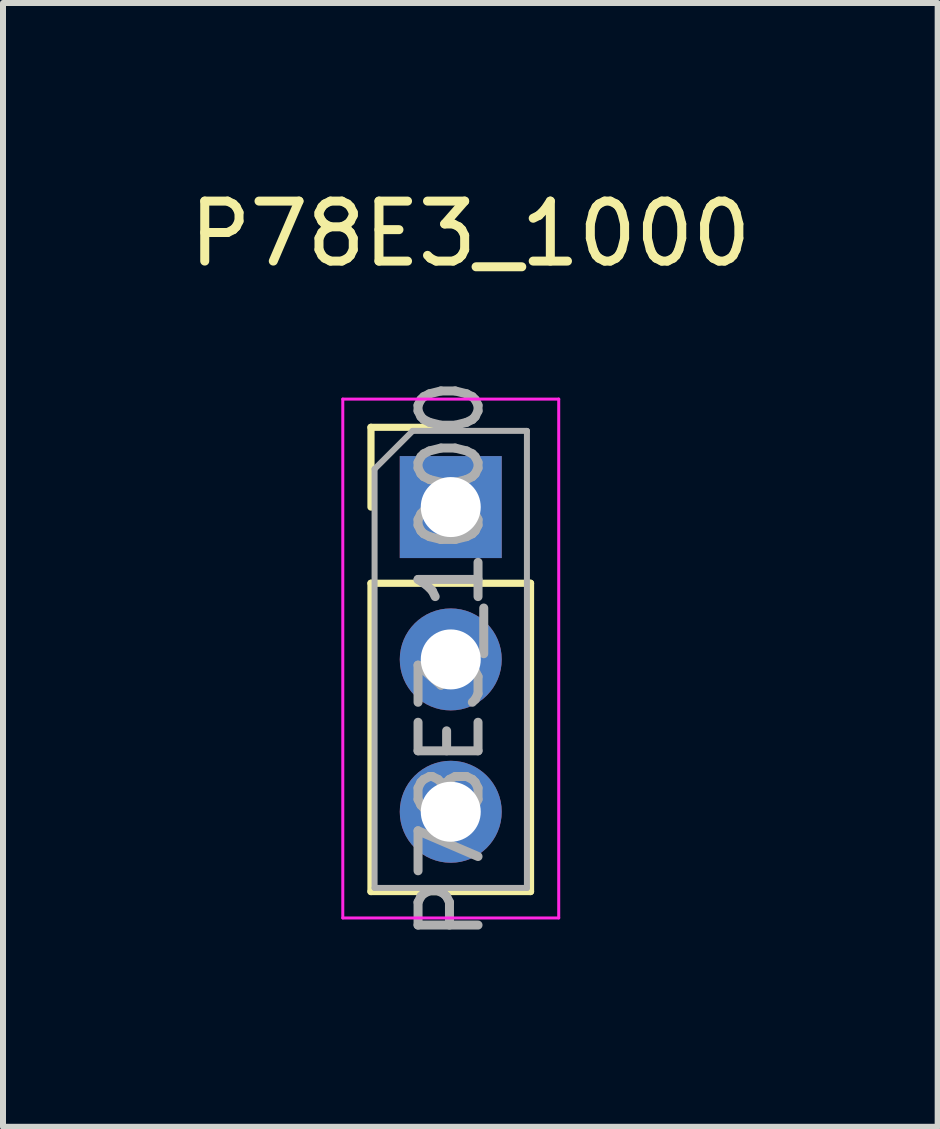
<source format=kicad_pcb>
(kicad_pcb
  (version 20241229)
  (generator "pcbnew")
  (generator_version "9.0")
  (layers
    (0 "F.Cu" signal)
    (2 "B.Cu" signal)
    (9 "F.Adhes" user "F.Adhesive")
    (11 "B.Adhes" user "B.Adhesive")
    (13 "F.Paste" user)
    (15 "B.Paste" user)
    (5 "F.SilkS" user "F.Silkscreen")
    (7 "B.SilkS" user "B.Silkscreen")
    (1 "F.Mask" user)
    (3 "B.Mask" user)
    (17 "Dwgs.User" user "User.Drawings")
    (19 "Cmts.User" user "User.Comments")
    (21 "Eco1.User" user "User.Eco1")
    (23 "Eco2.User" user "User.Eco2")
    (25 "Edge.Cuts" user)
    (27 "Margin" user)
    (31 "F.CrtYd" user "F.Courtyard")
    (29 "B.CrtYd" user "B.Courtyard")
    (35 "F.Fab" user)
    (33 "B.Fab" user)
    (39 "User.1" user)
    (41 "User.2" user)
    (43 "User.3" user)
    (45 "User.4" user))
  (footprint "P78E3_1000"
    (layer "F.Cu")
    (at 4.538 7.911)
    (property "Reference" "P78E3_1000" (at 0.254 -7.063 0) (unlocked yes) (layer "F.SilkS") (effects (font (size 1 1) (thickness 0.15))))
    (attr smd)
    (fp_line (start -1.403 -3.837) (end -0.073 -3.837) (stroke (width 0.12) (type solid)) (layer "F.SilkS"))
    (fp_line (start -1.403 -2.507) (end -1.403 -3.837) (stroke (width 0.12) (type solid)) (layer "F.SilkS"))
    (fp_line (start -1.403 -1.237) (end -1.403 3.903) (stroke (width 0.12) (type solid)) (layer "F.SilkS"))
    (fp_line (start -1.403 -1.237) (end 1.257 -1.237) (stroke (width 0.12) (type solid)) (layer "F.SilkS"))
    (fp_line (start -1.403 3.903) (end 1.257 3.903) (stroke (width 0.12) (type solid)) (layer "F.SilkS"))
    (fp_line (start 1.257 -1.237) (end 1.257 3.903) (stroke (width 0.12) (type solid)) (layer "F.SilkS"))
    (fp_line (start -1.873 -4.307) (end -1.873 4.343) (stroke (width 0.05) (type solid)) (layer "F.CrtYd"))
    (fp_line (start -1.873 4.343) (end 1.727 4.343) (stroke (width 0.05) (type solid)) (layer "F.CrtYd"))
    (fp_line (start 1.727 -4.307) (end -1.873 -4.307) (stroke (width 0.05) (type solid)) (layer "F.CrtYd"))
    (fp_line (start 1.727 4.343) (end 1.727 -4.307) (stroke (width 0.05) (type solid)) (layer "F.CrtYd"))
    (fp_line (start -1.343 -3.142) (end -0.708 -3.777) (stroke (width 0.1) (type solid)) (layer "F.Fab"))
    (fp_line (start -1.343 3.843) (end -1.343 -3.142) (stroke (width 0.1) (type solid)) (layer "F.Fab"))
    (fp_line (start -0.708 -3.777) (end 1.197 -3.777) (stroke (width 0.1) (type solid)) (layer "F.Fab"))
    (fp_line (start 1.197 -3.777) (end 1.197 3.843) (stroke (width 0.1) (type solid)) (layer "F.Fab"))
    (fp_line (start 1.197 3.843) (end -1.343 3.843) (stroke (width 0.1) (type solid)) (layer "F.Fab"))
    (fp_text user "${REFERENCE}" (at -0.073 0.033 90) (layer "F.Fab") (effects (font (size 1 1) (thickness 0.15))))
    (pad "1" thru_hole rect (at -0.073 -2.507) (size 1.7 1.7) (drill 1) (layers "*.Cu" "*.Mask"))
    (pad "2" thru_hole oval (at -0.073 0.033) (size 1.7 1.7) (drill 1) (layers "*.Cu" "*.Mask"))
    (pad "3" thru_hole oval (at -0.073 2.573) (size 1.7 1.7) (drill 1) (layers "*.Cu" "*.Mask")))
  (gr_rect
    (start -3 -3)
    (end 12.583 15.736)
    (stroke (width 0.1) (type default))
    (fill no)
    (layer "Edge.Cuts")))
</source>
